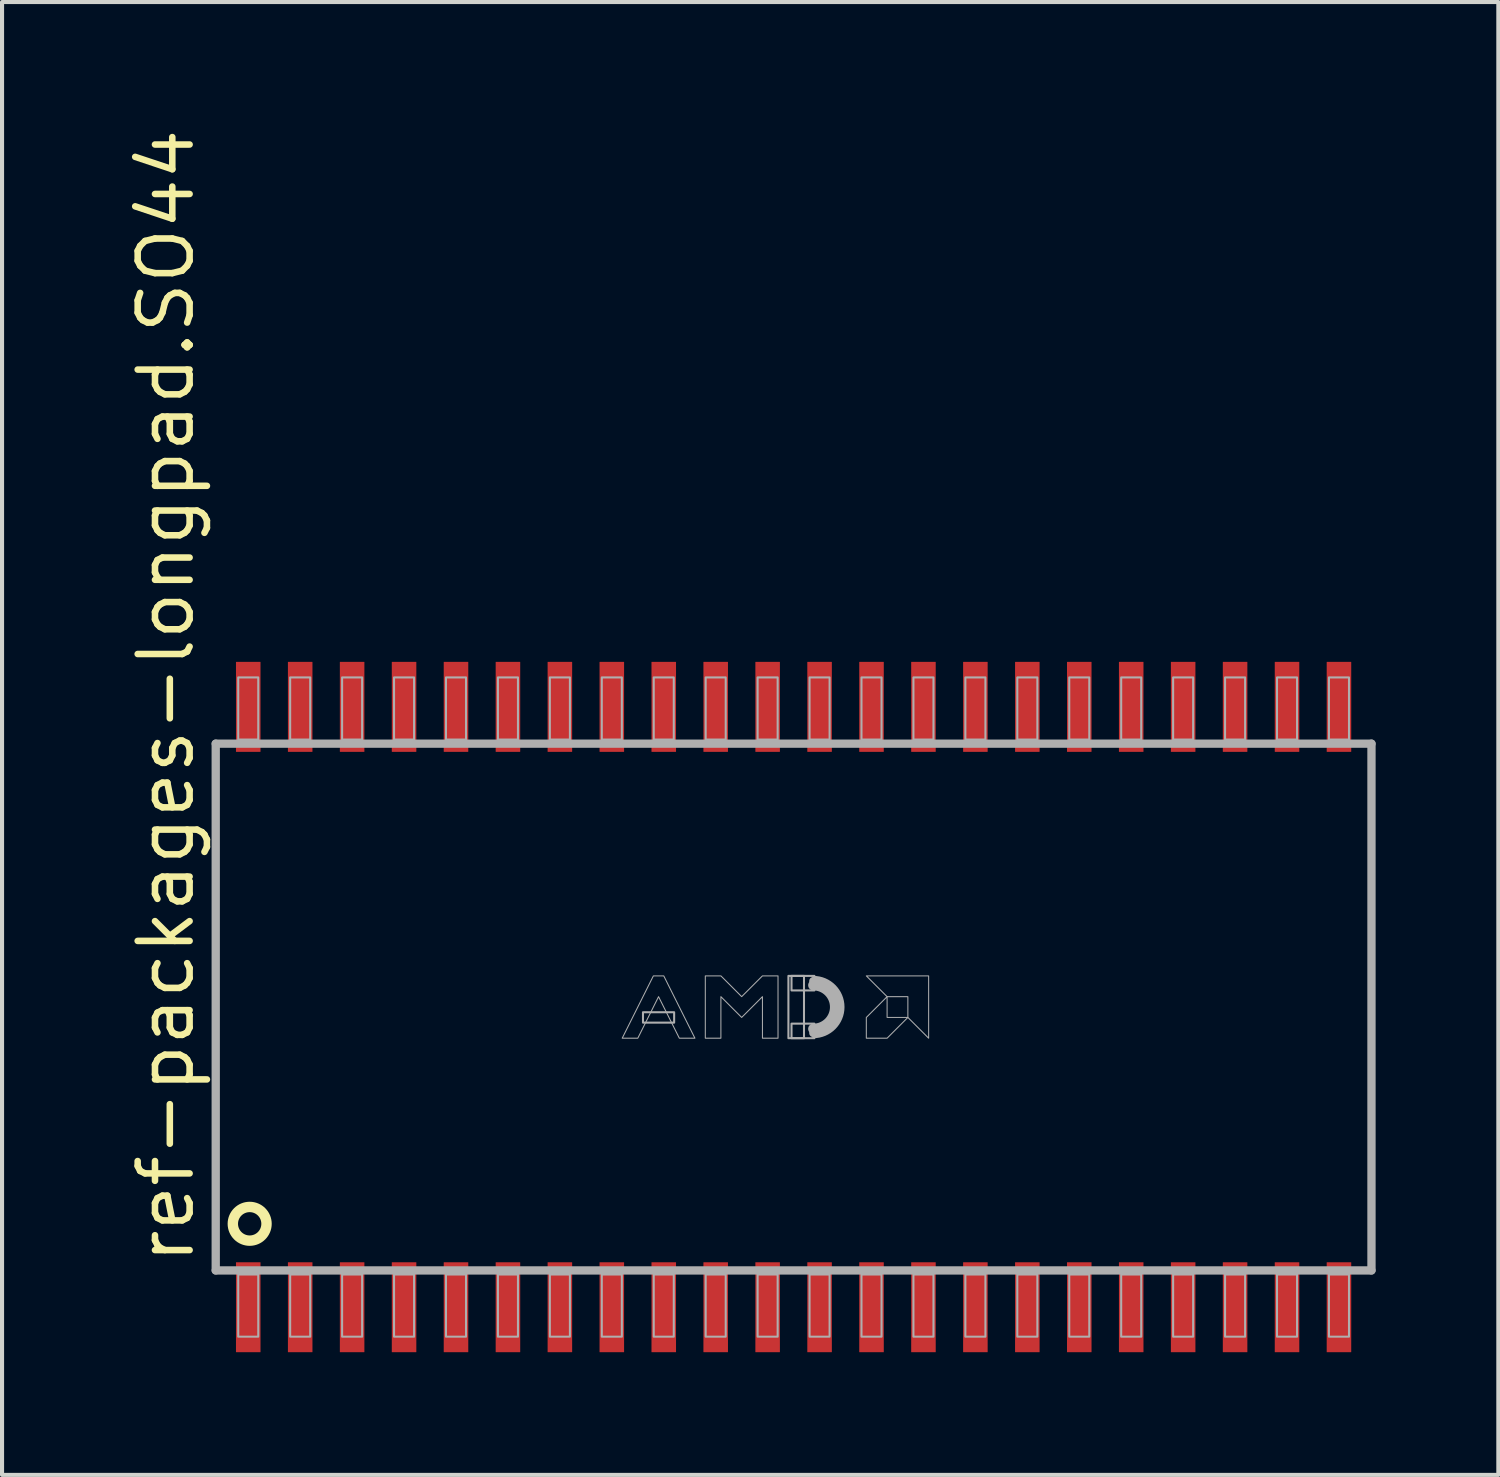
<source format=kicad_pcb>
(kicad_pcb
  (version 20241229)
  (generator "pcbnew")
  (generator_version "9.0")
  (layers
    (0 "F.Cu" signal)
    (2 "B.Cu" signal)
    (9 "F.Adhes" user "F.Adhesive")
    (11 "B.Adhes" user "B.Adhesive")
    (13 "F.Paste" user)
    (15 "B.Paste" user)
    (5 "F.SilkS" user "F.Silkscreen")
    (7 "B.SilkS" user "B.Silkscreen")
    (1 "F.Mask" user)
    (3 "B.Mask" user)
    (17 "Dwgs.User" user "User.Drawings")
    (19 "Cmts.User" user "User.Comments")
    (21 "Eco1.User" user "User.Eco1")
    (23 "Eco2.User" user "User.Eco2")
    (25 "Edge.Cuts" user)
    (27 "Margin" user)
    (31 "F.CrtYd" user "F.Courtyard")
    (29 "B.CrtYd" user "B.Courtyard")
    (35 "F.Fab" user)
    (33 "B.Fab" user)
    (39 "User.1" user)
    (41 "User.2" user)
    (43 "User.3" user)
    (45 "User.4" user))
  (footprint "ref-packages-longpad.SO44"
    (layer "F.Cu")
    (at 16.355 21.574)
    (property "Reference" "ref-packages-longpad.SO44" (at -14.605 6.35 90) (layer "F.SilkS") (effects (font (size 1.27 1.27) (thickness 0.16)) (justify left bottom)))
    (attr smd)
    (fp_circle (center -13.3 5.3) (end -12.888 5.3) (stroke (width 0.254) (type default)) (fill no) (layer "F.SilkS"))
    (fp_line (start -14.13 -6.44) (end 14.13 -6.44) (stroke (width 0.203) (type default)) (layer "F.Fab"))
    (fp_line (start -14.13 6.44) (end -14.13 -6.44) (stroke (width 0.203) (type default)) (layer "F.Fab"))
    (fp_line (start 14.13 -6.44) (end 14.13 6.44) (stroke (width 0.203) (type default)) (layer "F.Fab"))
    (fp_line (start 14.13 6.44) (end -14.13 6.44) (stroke (width 0.203) (type default)) (layer "F.Fab"))
    (fp_rect (start -13.58 -6.54) (end -13.09 -8.06) (stroke (width 0.05) (type default)) (fill no) (layer "F.Fab"))
    (fp_rect (start -13.58 8.06) (end -13.09 6.54) (stroke (width 0.05) (type default)) (fill no) (layer "F.Fab"))
    (fp_rect (start -12.31 -6.54) (end -11.82 -8.06) (stroke (width 0.05) (type default)) (fill no) (layer "F.Fab"))
    (fp_rect (start -12.31 8.06) (end -11.82 6.54) (stroke (width 0.05) (type default)) (fill no) (layer "F.Fab"))
    (fp_rect (start -11.04 -6.54) (end -10.55 -8.06) (stroke (width 0.05) (type default)) (fill no) (layer "F.Fab"))
    (fp_rect (start -11.04 8.06) (end -10.55 6.54) (stroke (width 0.05) (type default)) (fill no) (layer "F.Fab"))
    (fp_rect (start -9.77 -6.54) (end -9.28 -8.06) (stroke (width 0.05) (type default)) (fill no) (layer "F.Fab"))
    (fp_rect (start -9.77 8.06) (end -9.28 6.54) (stroke (width 0.05) (type default)) (fill no) (layer "F.Fab"))
    (fp_rect (start -8.5 -6.54) (end -8.01 -8.06) (stroke (width 0.05) (type default)) (fill no) (layer "F.Fab"))
    (fp_rect (start -8.5 8.06) (end -8.01 6.54) (stroke (width 0.05) (type default)) (fill no) (layer "F.Fab"))
    (fp_rect (start -7.23 -6.54) (end -6.74 -8.06) (stroke (width 0.05) (type default)) (fill no) (layer "F.Fab"))
    (fp_rect (start -7.23 8.06) (end -6.74 6.54) (stroke (width 0.05) (type default)) (fill no) (layer "F.Fab"))
    (fp_rect (start -5.96 -6.54) (end -5.47 -8.06) (stroke (width 0.05) (type default)) (fill no) (layer "F.Fab"))
    (fp_rect (start -5.96 8.06) (end -5.47 6.54) (stroke (width 0.05) (type default)) (fill no) (layer "F.Fab"))
    (fp_rect (start -4.69 -6.54) (end -4.2 -8.06) (stroke (width 0.05) (type default)) (fill no) (layer "F.Fab"))
    (fp_rect (start -4.69 8.06) (end -4.2 6.54) (stroke (width 0.05) (type default)) (fill no) (layer "F.Fab"))
    (fp_rect (start -3.683 0.381) (end -2.921 0.127) (stroke (width 0.05) (type default)) (fill no) (layer "F.Fab"))
    (fp_rect (start -3.42 -6.54) (end -2.93 -8.06) (stroke (width 0.05) (type default)) (fill no) (layer "F.Fab"))
    (fp_rect (start -3.42 8.06) (end -2.93 6.54) (stroke (width 0.05) (type default)) (fill no) (layer "F.Fab"))
    (fp_rect (start -2.15 -6.54) (end -1.66 -8.06) (stroke (width 0.05) (type default)) (fill no) (layer "F.Fab"))
    (fp_rect (start -2.15 8.06) (end -1.66 6.54) (stroke (width 0.05) (type default)) (fill no) (layer "F.Fab"))
    (fp_rect (start -0.88 -6.54) (end -0.39 -8.06) (stroke (width 0.05) (type default)) (fill no) (layer "F.Fab"))
    (fp_rect (start -0.88 8.06) (end -0.39 6.54) (stroke (width 0.05) (type default)) (fill no) (layer "F.Fab"))
    (fp_rect (start -0.127 0.762) (end 0.254 -0.762) (stroke (width 0.05) (type default)) (fill no) (layer "F.Fab"))
    (fp_rect (start -0.051 -0.406) (end 0.508 -0.762) (stroke (width 0.05) (type default)) (fill no) (layer "F.Fab"))
    (fp_rect (start -0.051 0.762) (end 0.508 0.406) (stroke (width 0.05) (type default)) (fill no) (layer "F.Fab"))
    (fp_rect (start 0.39 -6.54) (end 0.88 -8.06) (stroke (width 0.05) (type default)) (fill no) (layer "F.Fab"))
    (fp_rect (start 0.39 8.06) (end 0.88 6.54) (stroke (width 0.05) (type default)) (fill no) (layer "F.Fab"))
    (fp_rect (start 1.66 -6.54) (end 2.15 -8.06) (stroke (width 0.05) (type default)) (fill no) (layer "F.Fab"))
    (fp_rect (start 1.66 8.06) (end 2.15 6.54) (stroke (width 0.05) (type default)) (fill no) (layer "F.Fab"))
    (fp_rect (start 2.93 -6.54) (end 3.42 -8.06) (stroke (width 0.05) (type default)) (fill no) (layer "F.Fab"))
    (fp_rect (start 2.93 8.06) (end 3.42 6.54) (stroke (width 0.05) (type default)) (fill no) (layer "F.Fab"))
    (fp_rect (start 4.2 -6.54) (end 4.69 -8.06) (stroke (width 0.05) (type default)) (fill no) (layer "F.Fab"))
    (fp_rect (start 4.2 8.06) (end 4.69 6.54) (stroke (width 0.05) (type default)) (fill no) (layer "F.Fab"))
    (fp_rect (start 5.47 -6.54) (end 5.96 -8.06) (stroke (width 0.05) (type default)) (fill no) (layer "F.Fab"))
    (fp_rect (start 5.47 8.06) (end 5.96 6.54) (stroke (width 0.05) (type default)) (fill no) (layer "F.Fab"))
    (fp_rect (start 6.74 -6.54) (end 7.23 -8.06) (stroke (width 0.05) (type default)) (fill no) (layer "F.Fab"))
    (fp_rect (start 6.74 8.06) (end 7.23 6.54) (stroke (width 0.05) (type default)) (fill no) (layer "F.Fab"))
    (fp_rect (start 8.01 -6.54) (end 8.5 -8.06) (stroke (width 0.05) (type default)) (fill no) (layer "F.Fab"))
    (fp_rect (start 8.01 8.06) (end 8.5 6.54) (stroke (width 0.05) (type default)) (fill no) (layer "F.Fab"))
    (fp_rect (start 9.28 -6.54) (end 9.77 -8.06) (stroke (width 0.05) (type default)) (fill no) (layer "F.Fab"))
    (fp_rect (start 9.28 8.06) (end 9.77 6.54) (stroke (width 0.05) (type default)) (fill no) (layer "F.Fab"))
    (fp_rect (start 10.55 -6.54) (end 11.04 -8.06) (stroke (width 0.05) (type default)) (fill no) (layer "F.Fab"))
    (fp_rect (start 10.55 8.06) (end 11.04 6.54) (stroke (width 0.05) (type default)) (fill no) (layer "F.Fab"))
    (fp_rect (start 11.82 -6.54) (end 12.31 -8.06) (stroke (width 0.05) (type default)) (fill no) (layer "F.Fab"))
    (fp_rect (start 11.82 8.06) (end 12.31 6.54) (stroke (width 0.05) (type default)) (fill no) (layer "F.Fab"))
    (fp_rect (start 13.09 -6.54) (end 13.58 -8.06) (stroke (width 0.05) (type default)) (fill no) (layer "F.Fab"))
    (fp_rect (start 13.09 8.06) (end 13.58 6.54) (stroke (width 0.05) (type default)) (fill no) (layer "F.Fab"))
    (fp_arc (start 0.4826 -0.7366) (mid 1.2192 0) (end 0.4826 0.7366) (stroke (width 0.0508) (type default)) (layer "F.Fab"))
    (fp_arc (start 0.4826 -0.635) (mid 1.1176 0) (end 0.4826 0.635) (stroke (width 0.2032) (type default)) (layer "F.Fab"))
    (fp_arc (start 0.4826 -0.5334) (mid 1.016 0) (end 0.4826 0.5334) (stroke (width 0.254) (type default)) (layer "F.Fab"))
    (fp_poly (pts (xy 1.778 -0.762) (xy 3.302 -0.762) (xy 3.302 0.762) (xy 2.794 0.254) (xy 2.794 -0.254) (xy 2.286 -0.254)) (stroke (width 0.025) (type default)) (fill no) (layer "F.Fab"))
    (fp_poly (pts (xy 2.286 -0.254) (xy 1.778 0.254) (xy 1.778 0.762) (xy 2.286 0.762) (xy 2.794 0.254) (xy 2.286 0.254)) (stroke (width 0.025) (type default)) (fill no) (layer "F.Fab"))
    (fp_poly (pts (xy -4.191 0.762) (xy -3.429 -0.762) (xy -3.175 -0.762) (xy -2.413 0.762) (xy -2.794 0.762) (xy -3.302 -0.254) (xy -3.81 0.762)) (stroke (width 0.025) (type default)) (fill no) (layer "F.Fab"))
    (fp_poly (pts (xy -2.159 0.762) (xy -2.159 -0.762) (xy -1.778 -0.762) (xy -1.27 -0.254) (xy -0.762 -0.762) (xy -0.381 -0.762) (xy -0.381 0.762) (xy -0.762 0.762) (xy -0.762 -0.254) (xy -1.27 0.254) (xy -1.778 -0.254) (xy -1.778 0.762)) (stroke (width 0.025) (type default)) (fill no) (layer "F.Fab"))
    (pad "1" smd roundrect (at -13.335 7.34) (size 0.6 2.2) (layers "F.Cu" "F.Mask" "F.Paste") (roundrect_rratio 0.01))
    (pad "2" smd roundrect (at -12.065 7.34) (size 0.6 2.2) (layers "F.Cu" "F.Mask" "F.Paste") (roundrect_rratio 0.01))
    (pad "3" smd roundrect (at -10.795 7.34) (size 0.6 2.2) (layers "F.Cu" "F.Mask" "F.Paste") (roundrect_rratio 0.01))
    (pad "4" smd roundrect (at -9.525 7.34) (size 0.6 2.2) (layers "F.Cu" "F.Mask" "F.Paste") (roundrect_rratio 0.01))
    (pad "5" smd roundrect (at -8.255 7.34) (size 0.6 2.2) (layers "F.Cu" "F.Mask" "F.Paste") (roundrect_rratio 0.01))
    (pad "6" smd roundrect (at -6.985 7.34) (size 0.6 2.2) (layers "F.Cu" "F.Mask" "F.Paste") (roundrect_rratio 0.01))
    (pad "7" smd roundrect (at -5.715 7.34) (size 0.6 2.2) (layers "F.Cu" "F.Mask" "F.Paste") (roundrect_rratio 0.01))
    (pad "8" smd roundrect (at -4.445 7.34) (size 0.6 2.2) (layers "F.Cu" "F.Mask" "F.Paste") (roundrect_rratio 0.01))
    (pad "9" smd roundrect (at -3.175 7.34) (size 0.6 2.2) (layers "F.Cu" "F.Mask" "F.Paste") (roundrect_rratio 0.01))
    (pad "10" smd roundrect (at -1.905 7.34) (size 0.6 2.2) (layers "F.Cu" "F.Mask" "F.Paste") (roundrect_rratio 0.01))
    (pad "11" smd roundrect (at -0.635 7.34) (size 0.6 2.2) (layers "F.Cu" "F.Mask" "F.Paste") (roundrect_rratio 0.01))
    (pad "12" smd roundrect (at 0.635 7.34) (size 0.6 2.2) (layers "F.Cu" "F.Mask" "F.Paste") (roundrect_rratio 0.01))
    (pad "13" smd roundrect (at 1.905 7.34) (size 0.6 2.2) (layers "F.Cu" "F.Mask" "F.Paste") (roundrect_rratio 0.01))
    (pad "14" smd roundrect (at 3.175 7.34) (size 0.6 2.2) (layers "F.Cu" "F.Mask" "F.Paste") (roundrect_rratio 0.01))
    (pad "15" smd roundrect (at 4.445 7.34) (size 0.6 2.2) (layers "F.Cu" "F.Mask" "F.Paste") (roundrect_rratio 0.01))
    (pad "16" smd roundrect (at 5.715 7.34) (size 0.6 2.2) (layers "F.Cu" "F.Mask" "F.Paste") (roundrect_rratio 0.01))
    (pad "17" smd roundrect (at 6.985 7.34) (size 0.6 2.2) (layers "F.Cu" "F.Mask" "F.Paste") (roundrect_rratio 0.01))
    (pad "18" smd roundrect (at 8.255 7.34) (size 0.6 2.2) (layers "F.Cu" "F.Mask" "F.Paste") (roundrect_rratio 0.01))
    (pad "19" smd roundrect (at 9.525 7.34) (size 0.6 2.2) (layers "F.Cu" "F.Mask" "F.Paste") (roundrect_rratio 0.01))
    (pad "20" smd roundrect (at 10.795 7.34) (size 0.6 2.2) (layers "F.Cu" "F.Mask" "F.Paste") (roundrect_rratio 0.01))
    (pad "21" smd roundrect (at 12.065 7.34) (size 0.6 2.2) (layers "F.Cu" "F.Mask" "F.Paste") (roundrect_rratio 0.01))
    (pad "22" smd roundrect (at 13.335 7.34) (size 0.6 2.2) (layers "F.Cu" "F.Mask" "F.Paste") (roundrect_rratio 0.01))
    (pad "23" smd roundrect (at 13.335 -7.34) (size 0.6 2.2) (layers "F.Cu" "F.Mask" "F.Paste") (roundrect_rratio 0.01))
    (pad "24" smd roundrect (at 12.065 -7.34) (size 0.6 2.2) (layers "F.Cu" "F.Mask" "F.Paste") (roundrect_rratio 0.01))
    (pad "25" smd roundrect (at 10.795 -7.34) (size 0.6 2.2) (layers "F.Cu" "F.Mask" "F.Paste") (roundrect_rratio 0.01))
    (pad "26" smd roundrect (at 9.525 -7.34) (size 0.6 2.2) (layers "F.Cu" "F.Mask" "F.Paste") (roundrect_rratio 0.01))
    (pad "27" smd roundrect (at 8.255 -7.34) (size 0.6 2.2) (layers "F.Cu" "F.Mask" "F.Paste") (roundrect_rratio 0.01))
    (pad "28" smd roundrect (at 6.985 -7.34) (size 0.6 2.2) (layers "F.Cu" "F.Mask" "F.Paste") (roundrect_rratio 0.01))
    (pad "29" smd roundrect (at 5.715 -7.34) (size 0.6 2.2) (layers "F.Cu" "F.Mask" "F.Paste") (roundrect_rratio 0.01))
    (pad "30" smd roundrect (at 4.445 -7.34) (size 0.6 2.2) (layers "F.Cu" "F.Mask" "F.Paste") (roundrect_rratio 0.01))
    (pad "31" smd roundrect (at 3.175 -7.34) (size 0.6 2.2) (layers "F.Cu" "F.Mask" "F.Paste") (roundrect_rratio 0.01))
    (pad "32" smd roundrect (at 1.905 -7.34) (size 0.6 2.2) (layers "F.Cu" "F.Mask" "F.Paste") (roundrect_rratio 0.01))
    (pad "33" smd roundrect (at 0.635 -7.34) (size 0.6 2.2) (layers "F.Cu" "F.Mask" "F.Paste") (roundrect_rratio 0.01))
    (pad "34" smd roundrect (at -0.635 -7.34) (size 0.6 2.2) (layers "F.Cu" "F.Mask" "F.Paste") (roundrect_rratio 0.01))
    (pad "35" smd roundrect (at -1.905 -7.34) (size 0.6 2.2) (layers "F.Cu" "F.Mask" "F.Paste") (roundrect_rratio 0.01))
    (pad "36" smd roundrect (at -3.175 -7.34) (size 0.6 2.2) (layers "F.Cu" "F.Mask" "F.Paste") (roundrect_rratio 0.01))
    (pad "37" smd roundrect (at -4.445 -7.34) (size 0.6 2.2) (layers "F.Cu" "F.Mask" "F.Paste") (roundrect_rratio 0.01))
    (pad "38" smd roundrect (at -5.715 -7.34) (size 0.6 2.2) (layers "F.Cu" "F.Mask" "F.Paste") (roundrect_rratio 0.01))
    (pad "39" smd roundrect (at -6.985 -7.34) (size 0.6 2.2) (layers "F.Cu" "F.Mask" "F.Paste") (roundrect_rratio 0.01))
    (pad "40" smd roundrect (at -8.255 -7.34) (size 0.6 2.2) (layers "F.Cu" "F.Mask" "F.Paste") (roundrect_rratio 0.01))
    (pad "41" smd roundrect (at -9.525 -7.34) (size 0.6 2.2) (layers "F.Cu" "F.Mask" "F.Paste") (roundrect_rratio 0.01))
    (pad "42" smd roundrect (at -10.795 -7.34) (size 0.6 2.2) (layers "F.Cu" "F.Mask" "F.Paste") (roundrect_rratio 0.01))
    (pad "43" smd roundrect (at -12.065 -7.34) (size 0.6 2.2) (layers "F.Cu" "F.Mask" "F.Paste") (roundrect_rratio 0.01))
    (pad "44" smd roundrect (at -13.335 -7.34) (size 0.6 2.2) (layers "F.Cu" "F.Mask" "F.Paste") (roundrect_rratio 0.01)))
  (gr_rect
    (start -3 -3)
    (end 33.587 33.014)
    (stroke (width 0.1) (type default))
    (fill no)
    (layer "Edge.Cuts")))
</source>
